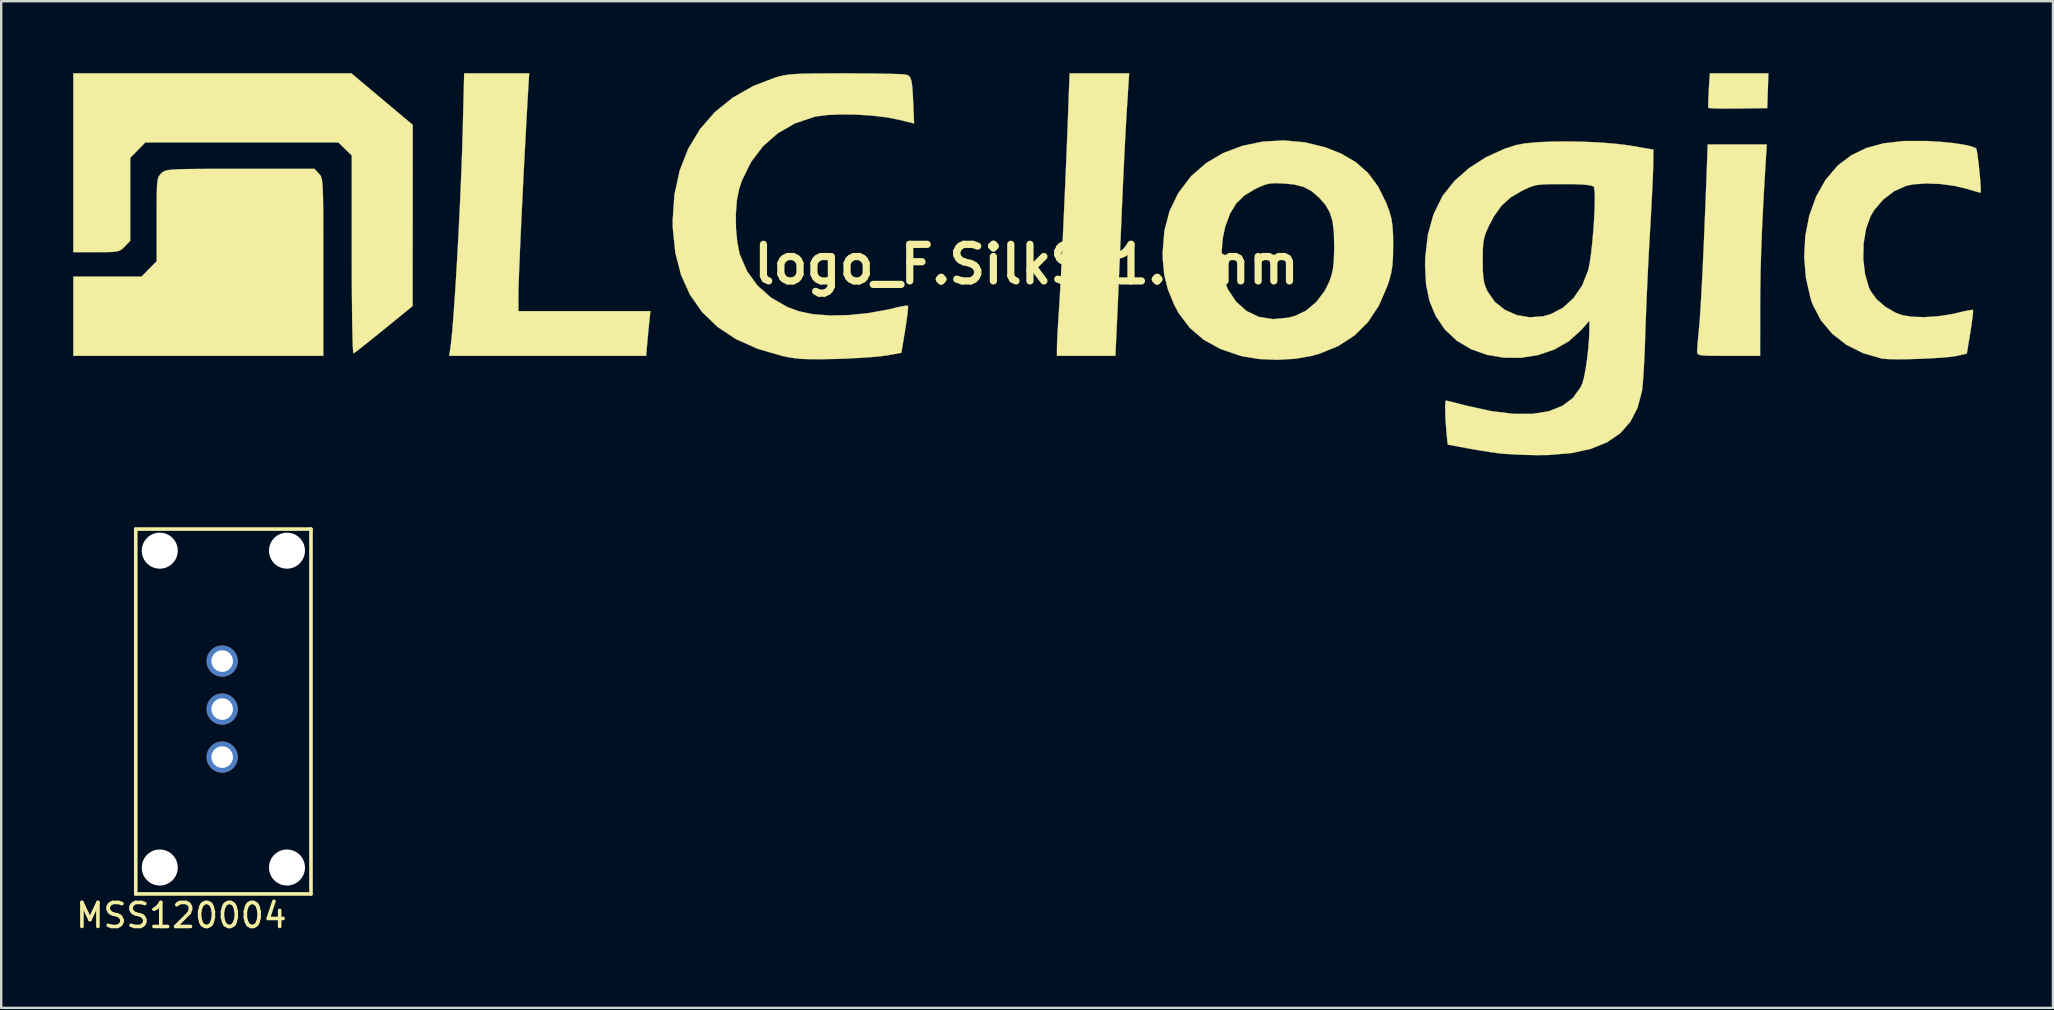
<source format=kicad_pcb>
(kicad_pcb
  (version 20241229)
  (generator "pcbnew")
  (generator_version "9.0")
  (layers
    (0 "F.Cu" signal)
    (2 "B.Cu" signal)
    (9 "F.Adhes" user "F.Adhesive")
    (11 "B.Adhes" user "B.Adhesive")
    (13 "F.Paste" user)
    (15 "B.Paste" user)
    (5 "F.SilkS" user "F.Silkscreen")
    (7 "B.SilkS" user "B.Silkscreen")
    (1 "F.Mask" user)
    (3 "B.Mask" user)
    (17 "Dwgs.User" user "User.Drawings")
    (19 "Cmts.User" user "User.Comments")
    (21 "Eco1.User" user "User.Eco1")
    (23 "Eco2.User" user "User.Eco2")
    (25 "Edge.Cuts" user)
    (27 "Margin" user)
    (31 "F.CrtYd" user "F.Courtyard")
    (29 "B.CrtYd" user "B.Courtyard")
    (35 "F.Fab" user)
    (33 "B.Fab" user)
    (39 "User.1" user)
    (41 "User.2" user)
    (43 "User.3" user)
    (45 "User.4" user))
  (footprint "logo_F.SilkS_1.5mm"
    (layer "F.Cu")
    (at 39.714 7.964)
    (property "Reference" "logo_F.SilkS_1.5mm" (at 0 0 0) (layer "F.SilkS") (effects (font (size 1.524 1.524) (thickness 0.3))))
    (attr through_hole)
    (fp_poly (pts (xy 30.861 -6.509) (xy 29.646 -6.493) (xy 29.212 -6.49) (xy 28.844 -6.493) (xy 28.571 -6.501) (xy 28.425 -6.513) (xy 28.408 -6.519) (xy 28.402 -6.618) (xy 28.407 -6.843) (xy 28.421 -7.151) (xy 28.427 -7.26) (xy 28.47 -7.959) (xy 30.91 -7.959) (xy 30.861 -6.509)) (stroke (width 0.01) (type solid)) (fill yes) (layer "F.SilkS"))
    (fp_poly (pts (xy 30.786 -4.085) (xy 30.712 -2.838) (xy 30.655 -1.724) (xy 30.613 -0.707) (xy 30.585 0.246) (xy 30.57 1.172) (xy 30.567 1.841) (xy 30.565 3.81) (xy 29.252 3.81) (xy 28.756 3.809) (xy 28.403 3.805) (xy 28.171 3.793) (xy 28.033 3.77) (xy 27.965 3.733) (xy 27.943 3.678) (xy 27.941 3.619) (xy 27.95 3.451) (xy 27.973 3.166) (xy 28.006 2.814) (xy 28.02 2.667) (xy 28.051 2.302) (xy 28.086 1.781) (xy 28.124 1.114) (xy 28.165 0.315) (xy 28.208 -0.605) (xy 28.252 -1.632) (xy 28.297 -2.756) (xy 28.329 -3.577) (xy 28.381 -4.995) (xy 30.843 -4.995) (xy 30.786 -4.085)) (stroke (width 0.01) (type solid)) (fill yes) (layer "F.SilkS"))
    (fp_poly (pts (xy -26.848 -6.885) (xy -25.569 -5.812) (xy -25.571 -2.038) (xy -25.573 1.736) (xy -26.769 2.709) (xy -27.155 3.022) (xy -27.497 3.296) (xy -27.773 3.514) (xy -27.961 3.658) (xy -28.037 3.711) (xy -28.051 3.635) (xy -28.065 3.405) (xy -28.077 3.039) (xy -28.088 2.551) (xy -28.096 1.958) (xy -28.103 1.276) (xy -28.108 0.521) (xy -28.109 -0.291) (xy -28.109 -0.4) (xy -28.109 -4.539) (xy -28.389 -4.809) (xy -28.668 -5.08) (xy -36.711 -5.08) (xy -37.024 -4.759) (xy -37.338 -4.438) (xy -37.338 -0.983) (xy -37.566 -0.745) (xy -37.671 -0.643) (xy -37.775 -0.575) (xy -37.915 -0.535) (xy -38.126 -0.515) (xy -38.446 -0.509) (xy -38.751 -0.508) (xy -39.709 -0.508) (xy -39.709 -7.959) (xy -28.126 -7.959) (xy -26.848 -6.885)) (stroke (width 0.01) (type solid)) (fill yes) (layer "F.SilkS"))
    (fp_poly (pts (xy 4.177 -6.371) (xy 4.149 -5.902) (xy 4.116 -5.296) (xy 4.08 -4.588) (xy 4.042 -3.809) (xy 4.005 -2.994) (xy 3.968 -2.175) (xy 3.944 -1.609) (xy 3.912 -0.835) (xy 3.879 -0.065) (xy 3.848 0.672) (xy 3.818 1.349) (xy 3.793 1.936) (xy 3.771 2.407) (xy 3.758 2.688) (xy 3.705 3.81) (xy 1.27 3.81) (xy 1.271 3.45) (xy 1.277 3.229) (xy 1.294 2.884) (xy 1.318 2.461) (xy 1.348 2.004) (xy 1.352 1.947) (xy 1.378 1.549) (xy 1.408 1.004) (xy 1.443 0.337) (xy 1.482 -0.429) (xy 1.522 -1.271) (xy 1.563 -2.165) (xy 1.604 -3.087) (xy 1.644 -4.016) (xy 1.682 -4.926) (xy 1.717 -5.795) (xy 1.741 -6.456) (xy 1.796 -7.959) (xy 4.278 -7.959) (xy 4.177 -6.371)) (stroke (width 0.01) (type solid)) (fill yes) (layer "F.SilkS"))
    (fp_poly (pts (xy -20.775 -7.006) (xy -20.815 -6.298) (xy -20.858 -5.524) (xy -20.901 -4.707) (xy -20.945 -3.868) (xy -20.987 -3.026) (xy -21.027 -2.203) (xy -21.064 -1.419) (xy -21.096 -0.696) (xy -21.124 -0.055) (xy -21.145 0.484) (xy -21.16 0.9) (xy -21.166 1.172) (xy -21.166 1.206) (xy -21.167 1.947) (xy -15.667 1.947) (xy -15.705 2.307) (xy -15.734 2.588) (xy -15.769 2.95) (xy -15.795 3.239) (xy -15.846 3.81) (xy -24.053 3.81) (xy -24.007 3.535) (xy -23.968 3.238) (xy -23.924 2.792) (xy -23.877 2.217) (xy -23.828 1.534) (xy -23.777 0.762) (xy -23.727 -0.078) (xy -23.678 -0.966) (xy -23.631 -1.882) (xy -23.588 -2.805) (xy -23.549 -3.716) (xy -23.516 -4.594) (xy -23.49 -5.42) (xy -23.483 -5.694) (xy -23.426 -7.959) (xy -20.718 -7.959) (xy -20.775 -7.006)) (stroke (width 0.01) (type solid)) (fill yes) (layer "F.SilkS"))
    (fp_poly (pts (xy -29.479 -3.783) (xy -29.435 -3.733) (xy -29.398 -3.676) (xy -29.369 -3.596) (xy -29.345 -3.477) (xy -29.328 -3.304) (xy -29.314 -3.061) (xy -29.305 -2.733) (xy -29.3 -2.304) (xy -29.296 -1.758) (xy -29.295 -1.081) (xy -29.295 -0.256) (xy -29.295 0.111) (xy -29.295 3.81) (xy -39.709 3.81) (xy -39.709 0.508) (xy -36.864 0.508) (xy -36.551 0.187) (xy -36.237 -0.134) (xy -36.237 -1.873) (xy -36.237 -2.457) (xy -36.233 -2.896) (xy -36.225 -3.214) (xy -36.209 -3.434) (xy -36.182 -3.581) (xy -36.143 -3.677) (xy -36.089 -3.748) (xy -36.041 -3.795) (xy -35.987 -3.843) (xy -35.924 -3.882) (xy -35.835 -3.913) (xy -35.704 -3.936) (xy -35.512 -3.953) (xy -35.243 -3.965) (xy -34.88 -3.973) (xy -34.405 -3.977) (xy -33.801 -3.979) (xy -33.051 -3.979) (xy -32.754 -3.979) (xy -29.663 -3.979) (xy -29.479 -3.783)) (stroke (width 0.01) (type solid)) (fill yes) (layer "F.SilkS"))
    (fp_poly (pts (xy 38.087 -5.105) (xy 38.61 -5.053) (xy 39.046 -4.988) (xy 39.37 -4.914) (xy 39.555 -4.837) (xy 39.568 -4.827) (xy 39.595 -4.729) (xy 39.629 -4.507) (xy 39.667 -4.203) (xy 39.703 -3.861) (xy 39.734 -3.524) (xy 39.754 -3.238) (xy 39.76 -3.044) (xy 39.754 -2.988) (xy 39.675 -3.002) (xy 39.477 -3.057) (xy 39.203 -3.14) (xy 39.197 -3.142) (xy 38.656 -3.273) (xy 38.063 -3.35) (xy 37.475 -3.372) (xy 36.948 -3.334) (xy 36.65 -3.273) (xy 36.151 -3.049) (xy 35.689 -2.696) (xy 35.312 -2.255) (xy 35.172 -2.019) (xy 34.981 -1.492) (xy 34.877 -0.877) (xy 34.862 -0.228) (xy 34.935 0.401) (xy 35.097 0.957) (xy 35.163 1.101) (xy 35.414 1.448) (xy 35.779 1.766) (xy 36.204 2.013) (xy 36.476 2.114) (xy 36.886 2.182) (xy 37.398 2.198) (xy 37.956 2.165) (xy 38.503 2.084) (xy 38.735 2.032) (xy 39.047 1.957) (xy 39.29 1.909) (xy 39.422 1.895) (xy 39.434 1.898) (xy 39.436 1.991) (xy 39.413 2.215) (xy 39.369 2.534) (xy 39.324 2.825) (xy 39.177 3.716) (xy 38.745 3.816) (xy 38.508 3.852) (xy 38.148 3.885) (xy 37.706 3.913) (xy 37.222 3.935) (xy 36.737 3.949) (xy 36.29 3.954) (xy 35.923 3.948) (xy 35.677 3.931) (xy 35.645 3.926) (xy 34.857 3.701) (xy 34.159 3.351) (xy 33.566 2.887) (xy 33.092 2.321) (xy 32.752 1.666) (xy 32.677 1.454) (xy 32.475 0.576) (xy 32.4 -0.315) (xy 32.449 -1.194) (xy 32.615 -2.036) (xy 32.895 -2.816) (xy 33.283 -3.51) (xy 33.774 -4.092) (xy 33.821 -4.137) (xy 34.362 -4.545) (xy 34.986 -4.846) (xy 35.708 -5.043) (xy 36.544 -5.14) (xy 37.505 -5.141) (xy 38.087 -5.105)) (stroke (width 0.01) (type solid)) (fill yes) (layer "F.SilkS"))
    (fp_poly (pts (xy 11.605 -5.084) (xy 12.472 -4.87) (xy 13.099 -4.619) (xy 13.721 -4.258) (xy 14.231 -3.807) (xy 14.648 -3.247) (xy 14.99 -2.556) (xy 15.122 -2.201) (xy 15.202 -1.915) (xy 15.251 -1.589) (xy 15.274 -1.177) (xy 15.277 -0.762) (xy 15.269 -0.293) (xy 15.244 0.065) (xy 15.193 0.37) (xy 15.109 0.68) (xy 15.04 0.889) (xy 14.685 1.713) (xy 14.23 2.402) (xy 13.666 2.963) (xy 12.988 3.403) (xy 12.188 3.727) (xy 11.888 3.812) (xy 11.206 3.932) (xy 10.451 3.976) (xy 9.694 3.943) (xy 9.007 3.833) (xy 8.916 3.81) (xy 8.083 3.525) (xy 7.381 3.139) (xy 6.805 2.646) (xy 6.347 2.04) (xy 6.151 1.675) (xy 5.894 1.049) (xy 5.742 0.448) (xy 5.679 -0.204) (xy 5.674 -0.491) (xy 5.674 -0.495) (xy 8.13 -0.495) (xy 8.151 0.077) (xy 8.234 0.598) (xy 8.376 1.013) (xy 8.378 1.016) (xy 8.73 1.551) (xy 9.168 1.943) (xy 9.683 2.188) (xy 10.266 2.281) (xy 10.906 2.22) (xy 11.171 2.153) (xy 11.641 1.931) (xy 12.069 1.573) (xy 12.422 1.111) (xy 12.618 0.715) (xy 12.71 0.45) (xy 12.769 0.187) (xy 12.803 -0.125) (xy 12.818 -0.534) (xy 12.821 -0.762) (xy 12.807 -1.346) (xy 12.749 -1.802) (xy 12.636 -2.168) (xy 12.455 -2.48) (xy 12.197 -2.776) (xy 11.878 -3.05) (xy 11.546 -3.227) (xy 11.147 -3.328) (xy 10.73 -3.37) (xy 10.378 -3.384) (xy 10.124 -3.367) (xy 9.896 -3.306) (xy 9.623 -3.187) (xy 9.518 -3.136) (xy 9.074 -2.867) (xy 8.737 -2.538) (xy 8.481 -2.112) (xy 8.284 -1.584) (xy 8.174 -1.067) (xy 8.13 -0.495) (xy 5.674 -0.495) (xy 5.746 -1.401) (xy 5.962 -2.224) (xy 6.324 -2.969) (xy 6.836 -3.645) (xy 6.878 -3.691) (xy 7.489 -4.224) (xy 8.202 -4.641) (xy 8.995 -4.939) (xy 9.842 -5.115) (xy 10.72 -5.164) (xy 11.605 -5.084)) (stroke (width 0.01) (type solid)) (fill yes) (layer "F.SilkS"))
    (fp_poly (pts (xy -7.548 -7.958) (xy -6.926 -7.955) (xy -6.352 -7.95) (xy -5.85 -7.942) (xy -5.445 -7.931) (xy -5.16 -7.919) (xy -5.019 -7.906) (xy -5.016 -7.905) (xy -4.914 -7.865) (xy -4.842 -7.788) (xy -4.793 -7.648) (xy -4.759 -7.416) (xy -4.734 -7.065) (xy -4.716 -6.681) (xy -4.682 -5.87) (xy -5.325 -6.029) (xy -5.839 -6.127) (xy -6.441 -6.198) (xy -7.08 -6.238) (xy -7.711 -6.247) (xy -8.284 -6.223) (xy -8.751 -6.164) (xy -8.839 -6.146) (xy -9.647 -5.873) (xy -10.362 -5.462) (xy -10.975 -4.922) (xy -11.475 -4.265) (xy -11.851 -3.499) (xy -11.972 -3.138) (xy -12.064 -2.672) (xy -12.107 -2.106) (xy -12.102 -1.505) (xy -12.049 -0.929) (xy -11.951 -0.443) (xy -11.94 -0.407) (xy -11.641 0.283) (xy -11.204 0.885) (xy -10.642 1.386) (xy -9.971 1.772) (xy -9.499 1.949) (xy -8.907 2.075) (xy -8.198 2.129) (xy -7.412 2.114) (xy -6.586 2.03) (xy -5.757 1.88) (xy -5.473 1.811) (xy -5.204 1.75) (xy -5.008 1.72) (xy -4.936 1.725) (xy -4.933 1.819) (xy -4.955 2.046) (xy -4.998 2.37) (xy -5.053 2.724) (xy -5.211 3.683) (xy -5.801 3.791) (xy -6.086 3.829) (xy -6.497 3.866) (xy -6.993 3.899) (xy -7.531 3.926) (xy -7.916 3.939) (xy -8.507 3.951) (xy -8.967 3.952) (xy -9.332 3.94) (xy -9.64 3.912) (xy -9.929 3.867) (xy -10.16 3.819) (xy -11.195 3.521) (xy -12.099 3.116) (xy -12.871 2.605) (xy -13.511 1.988) (xy -14.018 1.267) (xy -14.391 0.441) (xy -14.63 -0.487) (xy -14.735 -1.519) (xy -14.74 -1.82) (xy -14.667 -2.903) (xy -14.45 -3.903) (xy -14.094 -4.814) (xy -13.604 -5.629) (xy -12.984 -6.342) (xy -12.238 -6.946) (xy -11.372 -7.436) (xy -10.469 -7.781) (xy -10.283 -7.834) (xy -10.098 -7.876) (xy -9.89 -7.907) (xy -9.637 -7.929) (xy -9.313 -7.944) (xy -8.896 -7.952) (xy -8.361 -7.957) (xy -7.684 -7.958) (xy -7.548 -7.958)) (stroke (width 0.01) (type solid)) (fill yes) (layer "F.SilkS"))
    (fp_poly (pts (xy 23.195 -5.11) (xy 23.872 -5.079) (xy 24.507 -5.029) (xy 25.065 -4.961) (xy 25.188 -4.941) (xy 26.12 -4.781) (xy 26.114 -4.19) (xy 26.107 -3.947) (xy 26.092 -3.564) (xy 26.069 -3.071) (xy 26.04 -2.495) (xy 26.006 -1.867) (xy 25.969 -1.228) (xy 25.928 -0.483) (xy 25.887 0.324) (xy 25.849 1.141) (xy 25.816 1.92) (xy 25.79 2.61) (xy 25.779 2.963) (xy 25.759 3.538) (xy 25.734 4.089) (xy 25.705 4.581) (xy 25.676 4.981) (xy 25.647 5.253) (xy 25.641 5.292) (xy 25.457 5.981) (xy 25.155 6.563) (xy 24.733 7.04) (xy 24.185 7.414) (xy 23.509 7.688) (xy 22.699 7.863) (xy 21.754 7.943) (xy 21.267 7.948) (xy 20.794 7.938) (xy 20.323 7.919) (xy 19.912 7.893) (xy 19.643 7.867) (xy 19.294 7.817) (xy 18.86 7.748) (xy 18.421 7.671) (xy 18.32 7.653) (xy 17.548 7.508) (xy 17.495 6.95) (xy 17.464 6.553) (xy 17.447 6.192) (xy 17.444 5.902) (xy 17.456 5.719) (xy 17.476 5.673) (xy 17.568 5.693) (xy 17.786 5.747) (xy 18.093 5.825) (xy 18.302 5.88) (xy 19.341 6.11) (xy 20.265 6.226) (xy 21.072 6.229) (xy 21.76 6.119) (xy 22.327 5.895) (xy 22.771 5.56) (xy 23.09 5.112) (xy 23.153 4.976) (xy 23.224 4.733) (xy 23.294 4.368) (xy 23.359 3.928) (xy 23.41 3.459) (xy 23.443 3.007) (xy 23.451 2.719) (xy 23.453 2.347) (xy 23.106 2.741) (xy 22.593 3.203) (xy 21.989 3.548) (xy 21.319 3.777) (xy 20.611 3.89) (xy 19.892 3.887) (xy 19.189 3.769) (xy 18.528 3.536) (xy 17.937 3.187) (xy 17.441 2.724) (xy 17.419 2.697) (xy 17.049 2.149) (xy 16.794 1.539) (xy 16.649 0.844) (xy 16.606 0.041) (xy 16.612 -0.169) (xy 19.008 -0.169) (xy 19.013 0.259) (xy 19.034 0.566) (xy 19.078 0.8) (xy 19.153 1.008) (xy 19.207 1.124) (xy 19.511 1.56) (xy 19.927 1.893) (xy 20.423 2.112) (xy 20.969 2.205) (xy 21.534 2.161) (xy 21.83 2.079) (xy 22.348 1.81) (xy 22.794 1.403) (xy 23.149 0.882) (xy 23.392 0.272) (xy 23.408 0.212) (xy 23.468 -0.082) (xy 23.524 -0.471) (xy 23.574 -0.924) (xy 23.617 -1.409) (xy 23.65 -1.895) (xy 23.671 -2.351) (xy 23.679 -2.744) (xy 23.671 -3.043) (xy 23.645 -3.217) (xy 23.631 -3.242) (xy 23.503 -3.29) (xy 23.225 -3.323) (xy 22.79 -3.341) (xy 22.367 -3.344) (xy 21.899 -3.343) (xy 21.561 -3.334) (xy 21.313 -3.312) (xy 21.116 -3.27) (xy 20.928 -3.202) (xy 20.712 -3.101) (xy 20.643 -3.067) (xy 20.167 -2.786) (xy 19.79 -2.444) (xy 19.474 -2.001) (xy 19.27 -1.613) (xy 19.15 -1.345) (xy 19.073 -1.12) (xy 19.03 -0.884) (xy 19.012 -0.584) (xy 19.008 -0.169) (xy 16.612 -0.169) (xy 16.616 -0.308) (xy 16.725 -1.246) (xy 16.956 -2.076) (xy 17.314 -2.81) (xy 17.363 -2.889) (xy 17.832 -3.477) (xy 18.434 -4.008) (xy 19.141 -4.462) (xy 19.919 -4.817) (xy 20.405 -4.973) (xy 20.767 -5.04) (xy 21.262 -5.087) (xy 21.855 -5.114) (xy 22.511 -5.121) (xy 23.195 -5.11)) (stroke (width 0.01) (type solid)) (fill yes) (layer "F.SilkS")))
  (footprint "MSS120004"
    (layer "F.Cu")
    (at 6.206 26.492)
    (property "Reference" "MSS120004" (at -1.7 8.6 0) (layer "F.SilkS") (effects (font (size 1 1) (thickness 0.15))))
    (attr through_hole)
    (fp_line (start -3.6 -7.5) (end -3.6 7.7) (stroke (width 0.15) (type solid)) (layer "F.SilkS"))
    (fp_line (start -3.6 -7.5) (end 3.7 -7.5) (stroke (width 0.15) (type solid)) (layer "F.SilkS"))
    (fp_line (start -3.6 7.7) (end 3.7 7.7) (stroke (width 0.15) (type solid)) (layer "F.SilkS"))
    (fp_line (start 3.7 -7.5) (end 3.7 7.7) (stroke (width 0.15) (type solid)) (layer "F.SilkS"))
    (pad "" np_thru_hole circle (at -2.6 -6.6) (size 1.5 1.5) (drill 1.5) (layers "*.Cu" "*.Mask"))
    (pad "" np_thru_hole circle (at -2.6 6.6) (size 1.5 1.5) (drill 1.5) (layers "*.Cu" "*.Mask"))
    (pad "" np_thru_hole circle (at 2.7 -6.6) (size 1.5 1.5) (drill 1.5) (layers "*.Cu" "*.Mask"))
    (pad "" np_thru_hole circle (at 2.7 6.6) (size 1.5 1.5) (drill 1.5) (layers "*.Cu" "*.Mask"))
    (pad "1" thru_hole circle (at 0 -2) (size 1.3 1.3) (drill 0.9) (layers "*.Cu" "*.Mask"))
    (pad "2" thru_hole circle (at 0 0) (size 1.3 1.3) (drill 0.9) (layers "*.Cu" "*.Mask"))
    (pad "3" thru_hole circle (at 0 2) (size 1.3 1.3) (drill 0.9) (layers "*.Cu" "*.Mask")))
  (gr_rect
    (start -3 -3)
    (end 82.479 38.94)
    (stroke (width 0.1) (type default))
    (fill no)
    (layer "Edge.Cuts")))
</source>
